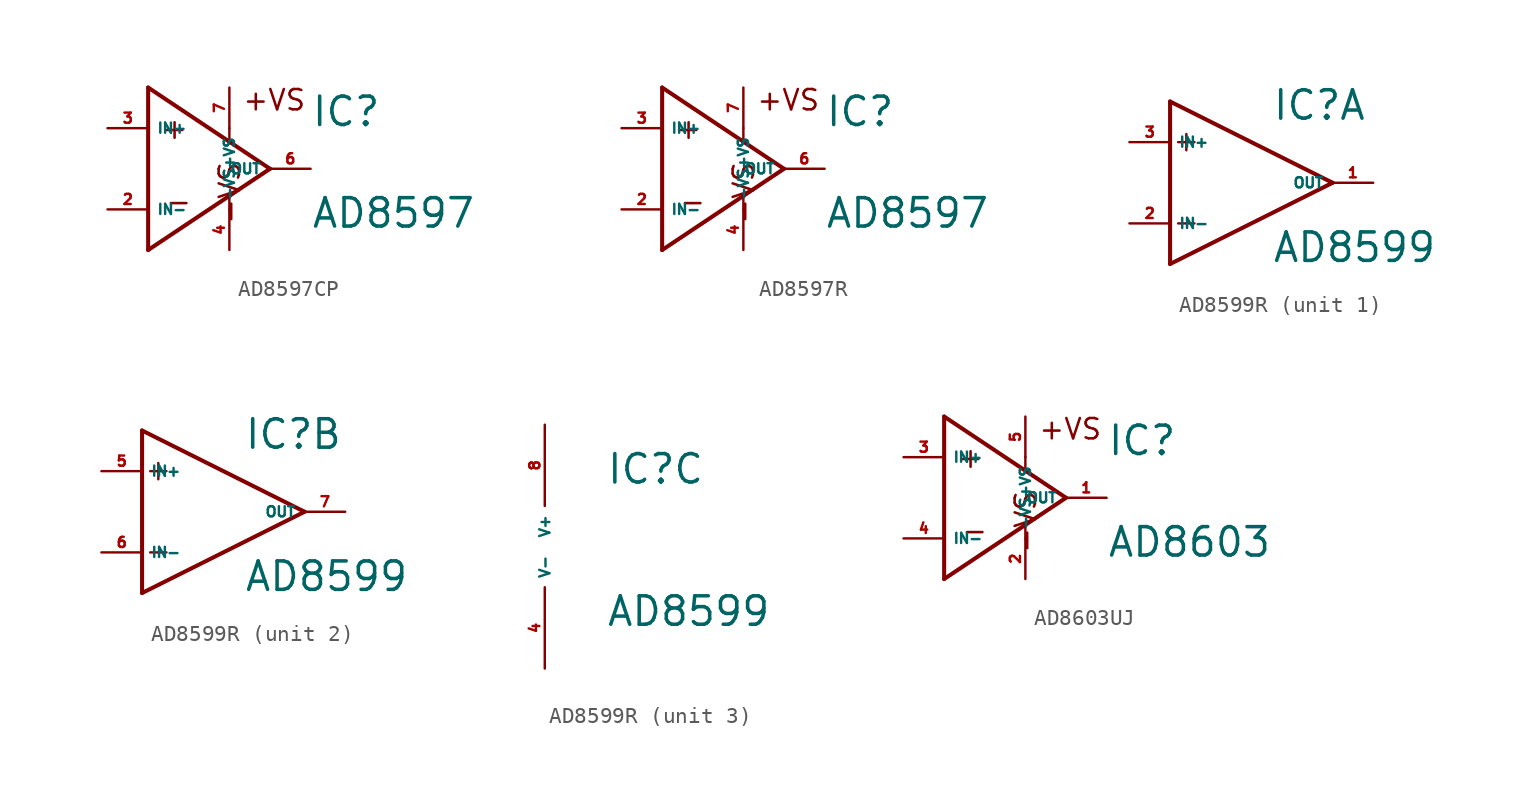
<source format=kicad_sym>
(kicad_symbol_lib
  (version 20220914)
  (generator Eagle2Kicad)
  (symbol "AD8597CP"
    (property "Reference" "IC"
      (at 7.62 2.54 0)
      (effects (font (size 1.778 1.778) (thickness 0.22)) (justify left bottom)))
    (property "Value" "AD8597"
      (at 7.62 -3.81 0)
      (effects (font (size 1.778 1.778) (thickness 0.22)) (justify left bottom)))
    (polyline
      (pts (xy -2.54 5.08) (xy -2.54 -5.08))
      (stroke (width 0.254) (type default))
      (fill (type none)))
    (polyline
      (pts (xy -2.54 -5.08) (xy 5.08 0))
      (stroke (width 0.254) (type default))
      (fill (type none)))
    (polyline
      (pts (xy 5.08 0) (xy -2.54 5.08))
      (stroke (width 0.254) (type default))
      (fill (type none)))
    (polyline
      (pts (xy 2.54 2.54) (xy 2.54 1.778))
      (stroke (width 0.152) (type default))
      (fill (type none)))
    (polyline
      (pts (xy 2.54 -2.54) (xy 2.54 -1.778))
      (stroke (width 0.152) (type default))
      (fill (type none)))
    (text "+"
      (at -1.778 1.778 0)
      (effects (font (size 1.27 1.27) (thickness 0.16)) (justify left bottom)))
    (text "-"
      (at -1.524 -2.794 0)
      (effects (font (size 1.27 1.27) (thickness 0.16)) (justify left bottom)))
    (text "+VS"
      (at 3.302 3.556 0)
      (effects (font (size 1.27 1.27) (thickness 0.16)) (justify left bottom)))
    (text "-VS"
      (at 3.302 -3.556 1800)
      (effects (font (size 1.27 1.27) (thickness 0.16)) (justify left bottom mirror)))
    (pin input line
      (at -5.08 2.54 0)
      (length 2.54)
      (name "IN+" (effects (font (size 0.635 0.635) (thickness 0.08)) (justify left bottom)))
      (number "3" (effects (font (size 0.635 0.635) (thickness 0.08)) (justify left bottom))))
    (pin input line
      (at -5.08 -2.54 0)
      (length 2.54)
      (name "IN-" (effects (font (size 0.635 0.635) (thickness 0.08)) (justify left bottom)))
      (number "2" (effects (font (size 0.635 0.635) (thickness 0.08)) (justify left bottom))))
    (pin output line
      (at 7.62 0 180)
      (length 2.54)
      (name "OUT" (effects (font (size 0.635 0.635) (thickness 0.08)) (justify left bottom)))
      (number "6" (effects (font (size 0.635 0.635) (thickness 0.08)) (justify left bottom))))
    (pin input line
      (at 2.54 -5.08 90)
      (length 2.54)
      (name "-VS" (effects (font (size 0.635 0.635) (thickness 0.08)) (justify left bottom)))
      (number "4" (effects (font (size 0.635 0.635) (thickness 0.08)) (justify left bottom))))
    (pin input line
      (at 2.54 5.08 270)
      (length 2.54)
      (name "+VS" (effects (font (size 0.635 0.635) (thickness 0.08)) (justify left bottom)))
      (number "7" (effects (font (size 0.635 0.635) (thickness 0.08)) (justify left bottom)))))
  (symbol "AD8597R"
    (property "Reference" "IC"
      (at 7.62 2.54 0)
      (effects (font (size 1.778 1.778) (thickness 0.22)) (justify left bottom)))
    (property "Value" "AD8597"
      (at 7.62 -3.81 0)
      (effects (font (size 1.778 1.778) (thickness 0.22)) (justify left bottom)))
    (polyline
      (pts (xy -2.54 5.08) (xy -2.54 -5.08))
      (stroke (width 0.254) (type default))
      (fill (type none)))
    (polyline
      (pts (xy -2.54 -5.08) (xy 5.08 0))
      (stroke (width 0.254) (type default))
      (fill (type none)))
    (polyline
      (pts (xy 5.08 0) (xy -2.54 5.08))
      (stroke (width 0.254) (type default))
      (fill (type none)))
    (polyline
      (pts (xy 2.54 2.54) (xy 2.54 1.778))
      (stroke (width 0.152) (type default))
      (fill (type none)))
    (polyline
      (pts (xy 2.54 -2.54) (xy 2.54 -1.778))
      (stroke (width 0.152) (type default))
      (fill (type none)))
    (text "+"
      (at -1.778 1.778 0)
      (effects (font (size 1.27 1.27) (thickness 0.16)) (justify left bottom)))
    (text "-"
      (at -1.524 -2.794 0)
      (effects (font (size 1.27 1.27) (thickness 0.16)) (justify left bottom)))
    (text "+VS"
      (at 3.302 3.556 0)
      (effects (font (size 1.27 1.27) (thickness 0.16)) (justify left bottom)))
    (text "-VS"
      (at 3.302 -3.556 1800)
      (effects (font (size 1.27 1.27) (thickness 0.16)) (justify left bottom mirror)))
    (pin input line
      (at -5.08 2.54 0)
      (length 2.54)
      (name "IN+" (effects (font (size 0.635 0.635) (thickness 0.08)) (justify left bottom)))
      (number "3" (effects (font (size 0.635 0.635) (thickness 0.08)) (justify left bottom))))
    (pin input line
      (at -5.08 -2.54 0)
      (length 2.54)
      (name "IN-" (effects (font (size 0.635 0.635) (thickness 0.08)) (justify left bottom)))
      (number "2" (effects (font (size 0.635 0.635) (thickness 0.08)) (justify left bottom))))
    (pin output line
      (at 7.62 0 180)
      (length 2.54)
      (name "OUT" (effects (font (size 0.635 0.635) (thickness 0.08)) (justify left bottom)))
      (number "6" (effects (font (size 0.635 0.635) (thickness 0.08)) (justify left bottom))))
    (pin input line
      (at 2.54 -5.08 90)
      (length 2.54)
      (name "-VS" (effects (font (size 0.635 0.635) (thickness 0.08)) (justify left bottom)))
      (number "4" (effects (font (size 0.635 0.635) (thickness 0.08)) (justify left bottom))))
    (pin input line
      (at 2.54 5.08 270)
      (length 2.54)
      (name "+VS" (effects (font (size 0.635 0.635) (thickness 0.08)) (justify left bottom)))
      (number "7" (effects (font (size 0.635 0.635) (thickness 0.08)) (justify left bottom)))))
  (symbol "AD8599R"
    (property "Reference" "IC"
      (at 3.81 3.81 0)
      (effects (font (size 1.778 1.778) (thickness 0.22)) (justify left bottom)))
    (property "Value" "AD8599"
      (at 3.81 -5.08 0)
      (effects (font (size 1.778 1.778) (thickness 0.22)) (justify left bottom)))
    (symbol "AD8599R_1_0"
      (polyline (pts (xy -2.54 5.08) (xy -2.54 -5.08)) (stroke (width 0.254) (type default)) (fill (type none)))
      (polyline (pts (xy -2.54 -5.08) (xy 7.62 0)) (stroke (width 0.254) (type default)) (fill (type none)))
      (polyline (pts (xy 7.62 0) (xy -2.54 5.08)) (stroke (width 0.254) (type default)) (fill (type none)))
      (polyline (pts (xy -2.032 2.54) (xy -1.016 2.54)) (stroke (width 0.152) (type default)) (fill (type none)))
      (polyline (pts (xy -1.524 3.048) (xy -1.524 2.032)) (stroke (width 0.152) (type default)) (fill (type none)))
      (polyline (pts (xy -2.032 -2.54) (xy -1.016 -2.54)) (stroke (width 0.152) (type default)) (fill (type none)))
      (pin input line (at -5.08 2.54 0) (length 2.54) (name "IN+" (effects (font (size 0.635 0.635) (thickness 0.08)) (justify left bottom))) (number "3" (effects (font (size 0.635 0.635) (thickness 0.08)) (justify left bottom))))
      (pin input line (at -5.08 -2.54 0) (length 2.54) (name "IN-" (effects (font (size 0.635 0.635) (thickness 0.08)) (justify left bottom))) (number "2" (effects (font (size 0.635 0.635) (thickness 0.08)) (justify left bottom))))
      (pin output line (at 10.16 0 180) (length 2.54) (name "OUT" (effects (font (size 0.635 0.635) (thickness 0.08)) (justify left bottom))) (number "1" (effects (font (size 0.635 0.635) (thickness 0.08)) (justify left bottom)))))
    (symbol "AD8599R_2_0"
      (polyline (pts (xy -2.54 5.08) (xy -2.54 -5.08)) (stroke (width 0.254) (type default)) (fill (type none)))
      (polyline (pts (xy -2.54 -5.08) (xy 7.62 0)) (stroke (width 0.254) (type default)) (fill (type none)))
      (polyline (pts (xy 7.62 0) (xy -2.54 5.08)) (stroke (width 0.254) (type default)) (fill (type none)))
      (polyline (pts (xy -2.032 2.54) (xy -1.016 2.54)) (stroke (width 0.152) (type default)) (fill (type none)))
      (polyline (pts (xy -1.524 3.048) (xy -1.524 2.032)) (stroke (width 0.152) (type default)) (fill (type none)))
      (polyline (pts (xy -2.032 -2.54) (xy -1.016 -2.54)) (stroke (width 0.152) (type default)) (fill (type none)))
      (pin input line (at -5.08 2.54 0) (length 2.54) (name "IN+" (effects (font (size 0.635 0.635) (thickness 0.08)) (justify left bottom))) (number "5" (effects (font (size 0.635 0.635) (thickness 0.08)) (justify left bottom))))
      (pin input line (at -5.08 -2.54 0) (length 2.54) (name "IN-" (effects (font (size 0.635 0.635) (thickness 0.08)) (justify left bottom))) (number "6" (effects (font (size 0.635 0.635) (thickness 0.08)) (justify left bottom))))
      (pin output line (at 10.16 0 180) (length 2.54) (name "OUT" (effects (font (size 0.635 0.635) (thickness 0.08)) (justify left bottom))) (number "7" (effects (font (size 0.635 0.635) (thickness 0.08)) (justify left bottom)))))
    (symbol "AD8599R_3_0"
      (pin unspecified line (at 0 7.62 270) (length 5.08) (name "V+" (effects (font (size 0.635 0.635) (thickness 0.08)) (justify left bottom))) (number "8" (effects (font (size 0.635 0.635) (thickness 0.08)) (justify left bottom))))
      (pin unspecified line (at 0 -7.62 90) (length 5.08) (name "V-" (effects (font (size 0.635 0.635) (thickness 0.08)) (justify left bottom))) (number "4" (effects (font (size 0.635 0.635) (thickness 0.08)) (justify left bottom))))))
  (symbol "AD8603UJ"
    (property "Reference" "IC"
      (at 7.62 2.54 0)
      (effects (font (size 1.778 1.778) (thickness 0.22)) (justify left bottom)))
    (property "Value" "AD8603"
      (at 7.62 -3.81 0)
      (effects (font (size 1.778 1.778) (thickness 0.22)) (justify left bottom)))
    (polyline
      (pts (xy -2.54 5.08) (xy -2.54 -5.08))
      (stroke (width 0.254) (type default))
      (fill (type none)))
    (polyline
      (pts (xy -2.54 -5.08) (xy 5.08 0))
      (stroke (width 0.254) (type default))
      (fill (type none)))
    (polyline
      (pts (xy 5.08 0) (xy -2.54 5.08))
      (stroke (width 0.254) (type default))
      (fill (type none)))
    (polyline
      (pts (xy 2.54 2.54) (xy 2.54 1.778))
      (stroke (width 0.152) (type default))
      (fill (type none)))
    (polyline
      (pts (xy 2.54 -2.54) (xy 2.54 -1.778))
      (stroke (width 0.152) (type default))
      (fill (type none)))
    (text "+"
      (at -1.778 1.778 0)
      (effects (font (size 1.27 1.27) (thickness 0.16)) (justify left bottom)))
    (text "-"
      (at -1.524 -2.794 0)
      (effects (font (size 1.27 1.27) (thickness 0.16)) (justify left bottom)))
    (text "+VS"
      (at 3.302 3.556 0)
      (effects (font (size 1.27 1.27) (thickness 0.16)) (justify left bottom)))
    (text "-VS"
      (at 3.302 -3.556 1800)
      (effects (font (size 1.27 1.27) (thickness 0.16)) (justify left bottom mirror)))
    (pin input line
      (at -5.08 2.54 0)
      (length 2.54)
      (name "IN+" (effects (font (size 0.635 0.635) (thickness 0.08)) (justify left bottom)))
      (number "3" (effects (font (size 0.635 0.635) (thickness 0.08)) (justify left bottom))))
    (pin input line
      (at -5.08 -2.54 0)
      (length 2.54)
      (name "IN-" (effects (font (size 0.635 0.635) (thickness 0.08)) (justify left bottom)))
      (number "4" (effects (font (size 0.635 0.635) (thickness 0.08)) (justify left bottom))))
    (pin output line
      (at 7.62 0 180)
      (length 2.54)
      (name "OUT" (effects (font (size 0.635 0.635) (thickness 0.08)) (justify left bottom)))
      (number "1" (effects (font (size 0.635 0.635) (thickness 0.08)) (justify left bottom))))
    (pin input line
      (at 2.54 -5.08 90)
      (length 2.54)
      (name "-VS" (effects (font (size 0.635 0.635) (thickness 0.08)) (justify left bottom)))
      (number "2" (effects (font (size 0.635 0.635) (thickness 0.08)) (justify left bottom))))
    (pin input line
      (at 2.54 5.08 270)
      (length 2.54)
      (name "+VS" (effects (font (size 0.635 0.635) (thickness 0.08)) (justify left bottom)))
      (number "5" (effects (font (size 0.635 0.635) (thickness 0.08)) (justify left bottom))))))
</source>
